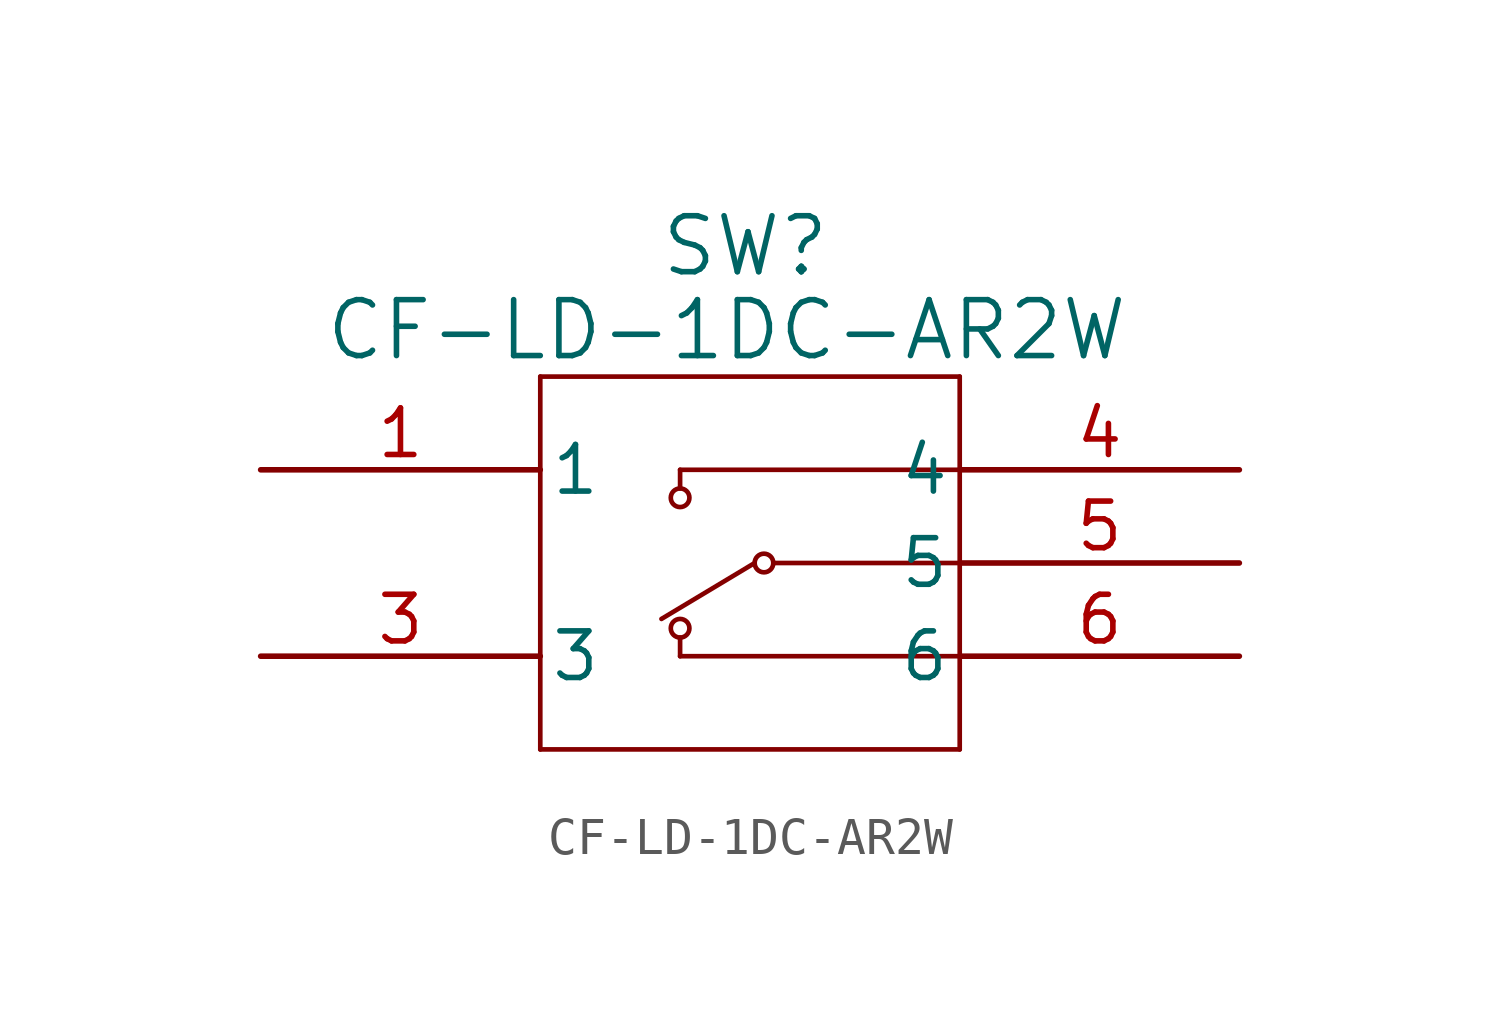
<source format=kicad_sym>
(kicad_symbol_lib
  (version 20241209)
  (generator "kicad_symbol_editor")
  (generator_version "9.0")
  (symbol "CF-LD-1DC-AR2W"
    (pin_names
      (offset 0.254))
    (property "Reference" "SW"
      (at -0.762 7.366 0)
      (effects (font (size 1.524 1.524))))
    (property "Value" "CF-LD-1DC-AR2W"
      (at -1.27 5.08 0)
      (effects (font (size 1.524 1.524))))
    (property "ki_locked" ""
      (at 0 0 0)
      (effects (font (size 1.27 1.27))))
    (symbol "CF-LD-1DC-AR2W_0_1"
      (polyline (pts (xy -6.35 3.81) (xy -6.35 -6.35)) (stroke (width 0.127) (type default)) (fill (type none)))
      (polyline (pts (xy -6.35 -6.35) (xy 5.08 -6.35)) (stroke (width 0.127) (type default)) (fill (type none)))
      (polyline (pts (xy -2.54 0.762) (xy -2.54 1.27)) (stroke (width 0.127) (type default)) (fill (type none)))
      (circle (center -2.54 0.508) (radius 0.254) (stroke (width 0.127) (type default)) (fill (type none)))
      (circle (center -2.54 -3.048) (radius 0.254) (stroke (width 0.127) (type default)) (fill (type none)))
      (polyline (pts (xy -2.54 -3.81) (xy -2.54 -3.302)) (stroke (width 0.127) (type default)) (fill (type none)))
      (polyline (pts (xy -0.508 -1.27) (xy -3.048 -2.794)) (stroke (width 0.127) (type default)) (fill (type none)))
      (circle (center -0.254 -1.27) (radius 0.254) (stroke (width 0.127) (type default)) (fill (type none)))
      (polyline (pts (xy 5.08 3.81) (xy -6.35 3.81)) (stroke (width 0.127) (type default)) (fill (type none)))
      (polyline (pts (xy 5.08 1.27) (xy -2.54 1.27)) (stroke (width 0.127) (type default)) (fill (type none)))
      (polyline (pts (xy 5.08 -1.27) (xy 0 -1.27)) (stroke (width 0.127) (type default)) (fill (type none)))
      (polyline (pts (xy 5.08 -3.81) (xy -2.54 -3.81)) (stroke (width 0.127) (type default)) (fill (type none)))
      (polyline (pts (xy 5.08 -6.35) (xy 5.08 3.81)) (stroke (width 0.127) (type default)) (fill (type none)))
      (pin unspecified line (at -13.97 1.27 0) (length 7.62) (name "1" (effects (font (size 1.27 1.27)))) (number "1" (effects (font (size 1.27 1.27)))))
      (pin unspecified line (at -13.97 -3.81 0) (length 7.62) (name "3" (effects (font (size 1.27 1.27)))) (number "3" (effects (font (size 1.27 1.27)))))
      (pin unspecified line (at 12.7 1.27 180) (length 7.62) (name "4" (effects (font (size 1.27 1.27)))) (number "4" (effects (font (size 1.27 1.27)))))
      (pin unspecified line (at 12.7 -1.27 180) (length 7.62) (name "5" (effects (font (size 1.27 1.27)))) (number "5" (effects (font (size 1.27 1.27)))))
      (pin unspecified line (at 12.7 -3.81 180) (length 7.62) (name "6" (effects (font (size 1.27 1.27)))) (number "6" (effects (font (size 1.27 1.27))))))))
</source>
